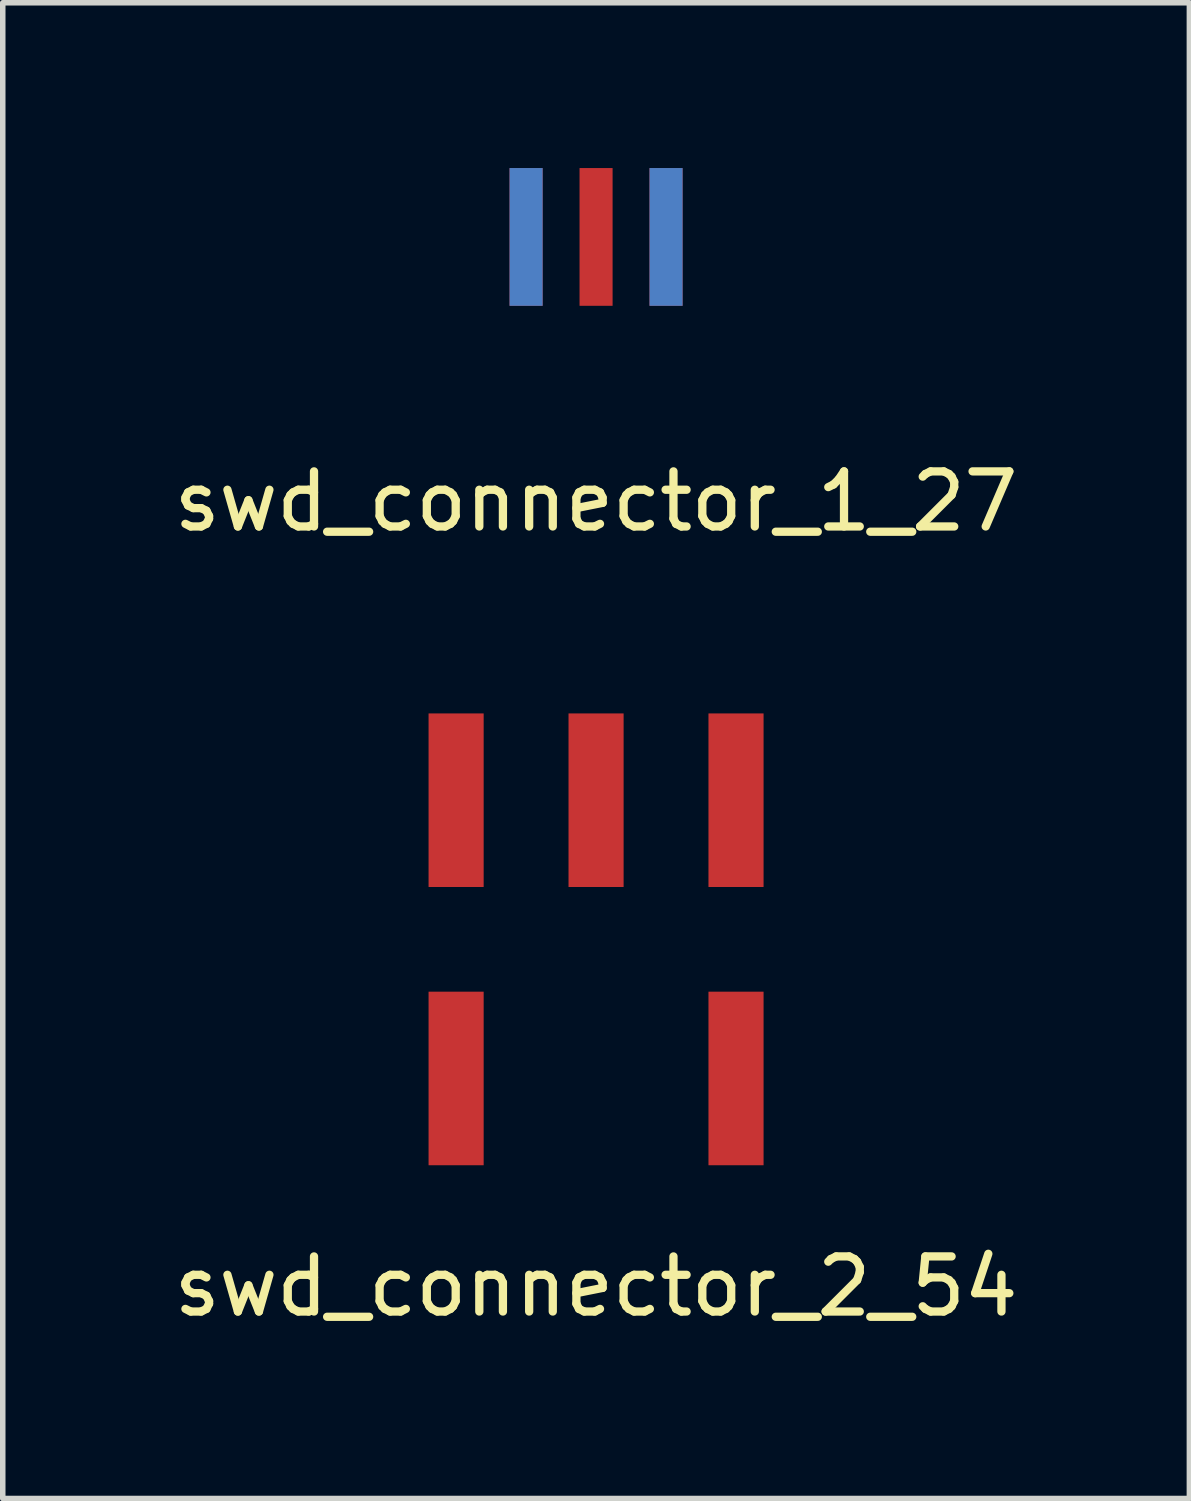
<source format=kicad_pcb>
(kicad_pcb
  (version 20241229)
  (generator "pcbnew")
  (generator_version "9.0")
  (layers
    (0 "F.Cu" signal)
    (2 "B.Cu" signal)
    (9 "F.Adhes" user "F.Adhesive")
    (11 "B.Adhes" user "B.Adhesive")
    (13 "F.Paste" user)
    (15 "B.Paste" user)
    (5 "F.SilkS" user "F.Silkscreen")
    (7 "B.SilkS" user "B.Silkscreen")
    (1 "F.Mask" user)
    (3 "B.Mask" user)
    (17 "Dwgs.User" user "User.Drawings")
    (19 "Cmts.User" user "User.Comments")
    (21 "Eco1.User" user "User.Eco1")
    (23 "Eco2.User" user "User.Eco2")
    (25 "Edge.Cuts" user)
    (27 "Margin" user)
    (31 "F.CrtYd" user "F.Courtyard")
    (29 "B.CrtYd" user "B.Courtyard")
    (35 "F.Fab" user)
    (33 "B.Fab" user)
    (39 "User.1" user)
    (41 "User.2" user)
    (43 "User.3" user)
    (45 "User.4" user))
  (footprint "swd_connector_2_54"
    (layer "F.Cu")
    (at 7.768 13.998)
    (property "Reference" "swd_connector_2_54" (at 0 6.3 0) (layer "F.SilkS") (effects (font (size 1 1) (thickness 0.15))))
    (attr through_hole)
    (pad "1" smd rect (at -2.54 2.525) (size 1 3.15) (layers "F.Cu" "F.Mask" "F.Paste"))
    (pad "2" smd rect (at -2.54 -2.525) (size 1 3.15) (layers "F.Cu" "F.Mask" "F.Paste"))
    (pad "4" smd rect (at 0 -2.525) (size 1 3.15) (layers "F.Cu" "F.Mask" "F.Paste"))
    (pad "5" smd rect (at 2.54 2.525) (size 1 3.15) (layers "F.Cu" "F.Mask" "F.Paste"))
    (pad "6" smd rect (at 2.54 -2.525) (size 1 3.15) (layers "F.Cu" "F.Mask" "F.Paste")))
  (footprint "swd_connector_1_27"
    (layer "F.Cu")
    (at 7.768 1.25)
    (property "Reference" "swd_connector_1_27" (at 0 4.8 0) (layer "F.SilkS") (effects (font (size 1 1) (thickness 0.15))))
    (attr through_hole)
    (pad "1" smd rect (at -1.27 0) (size 0.6 2.5) (layers "B.Cu" "B.Mask" "B.Paste"))
    (pad "2" smd rect (at -1.27 0) (size 0.6 2.5) (layers "F.Cu" "F.Mask" "F.Paste"))
    (pad "4" smd rect (at 0 0) (size 0.6 2.5) (layers "F.Cu" "F.Mask" "F.Paste"))
    (pad "5" smd rect (at 1.27 0) (size 0.6 2.5) (layers "B.Cu" "B.Mask" "B.Paste"))
    (pad "6" smd rect (at 1.27 0) (size 0.6 2.5) (layers "F.Cu" "F.Mask" "F.Paste")))
  (gr_rect
    (start -3 -3)
    (end 18.536 24.146)
    (stroke (width 0.1) (type default))
    (fill no)
    (layer "Edge.Cuts")))
</source>
